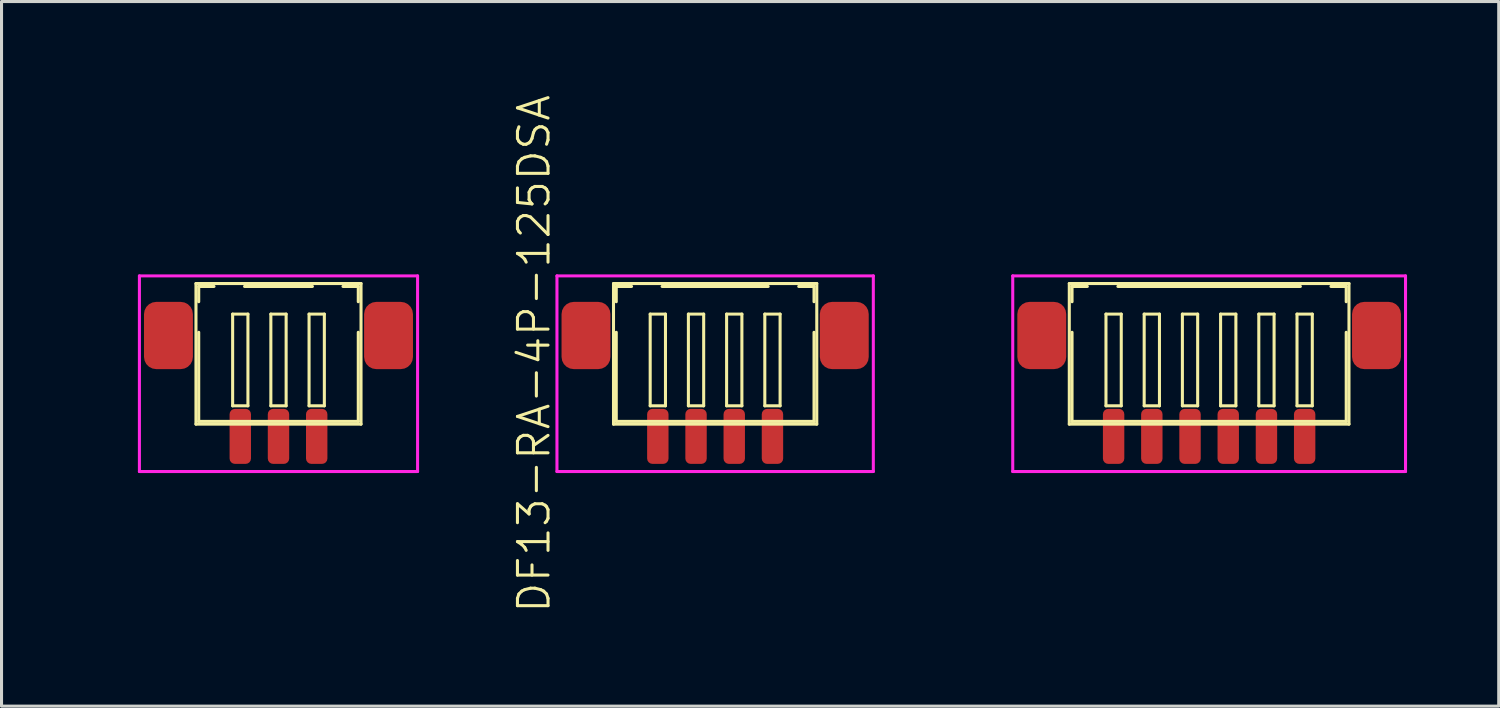
<source format=kicad_pcb>
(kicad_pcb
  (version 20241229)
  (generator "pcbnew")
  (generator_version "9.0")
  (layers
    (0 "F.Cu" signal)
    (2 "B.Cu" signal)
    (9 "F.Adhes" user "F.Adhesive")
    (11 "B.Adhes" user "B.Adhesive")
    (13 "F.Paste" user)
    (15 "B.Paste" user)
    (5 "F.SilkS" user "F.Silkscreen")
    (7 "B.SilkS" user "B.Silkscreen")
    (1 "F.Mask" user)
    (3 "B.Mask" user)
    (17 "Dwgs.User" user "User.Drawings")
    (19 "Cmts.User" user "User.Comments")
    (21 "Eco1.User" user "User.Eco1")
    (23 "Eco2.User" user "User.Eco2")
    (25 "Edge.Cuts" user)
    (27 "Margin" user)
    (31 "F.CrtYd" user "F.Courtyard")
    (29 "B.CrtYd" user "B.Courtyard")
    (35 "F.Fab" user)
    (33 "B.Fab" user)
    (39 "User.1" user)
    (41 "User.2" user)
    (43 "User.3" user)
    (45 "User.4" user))
  (footprint "DF13-RA-3P-125DSA"
    (layer "F.Cu")
    (at 6.061 11.226)
    (property "Reference" "DF13-RA-3P-125DSA" (at -5.3 -2.7 90) (layer "User.1") (effects (font (size 1 1) (thickness 0.1))))
    (attr through_hole)
    (fp_line (start -2.7 -5) (end -2.7 -0.4) (stroke (width 0.1) (type solid)) (layer "F.SilkS"))
    (fp_line (start -2.7 -5) (end 2.7 -5) (stroke (width 0.1) (type solid)) (layer "F.SilkS"))
    (fp_line (start -2.7 -0.4) (end 2.7 -0.4) (stroke (width 0.1) (type solid)) (layer "F.SilkS"))
    (fp_line (start -2.61 -4.905) (end -2.61 -4.405) (stroke (width 0.1) (type solid)) (layer "F.SilkS"))
    (fp_line (start -2.61 -4.905) (end -2.11 -4.905) (stroke (width 0.1) (type solid)) (layer "F.SilkS"))
    (fp_line (start -2.61 -3.405) (end -2.61 -0.49) (stroke (width 0.1) (type solid)) (layer "F.SilkS"))
    (fp_line (start -2.61 -0.49) (end 2.61 -0.49) (stroke (width 0.1) (type solid)) (layer "F.SilkS"))
    (fp_line (start -1.5 -4) (end -1.5 -1) (stroke (width 0.1) (type solid)) (layer "F.SilkS"))
    (fp_line (start -1.5 -1) (end -1 -1) (stroke (width 0.1) (type solid)) (layer "F.SilkS"))
    (fp_line (start -1.11 -4.905) (end 1.11 -4.905) (stroke (width 0.1) (type solid)) (layer "F.SilkS"))
    (fp_line (start -1 -4) (end -1.5 -4) (stroke (width 0.1) (type solid)) (layer "F.SilkS"))
    (fp_line (start -1 -1) (end -1 -4) (stroke (width 0.1) (type solid)) (layer "F.SilkS"))
    (fp_line (start -0.25 -4) (end -0.25 -1) (stroke (width 0.1) (type solid)) (layer "F.SilkS"))
    (fp_line (start -0.25 -1) (end 0.25 -1) (stroke (width 0.1) (type solid)) (layer "F.SilkS"))
    (fp_line (start 0.25 -4) (end -0.25 -4) (stroke (width 0.1) (type solid)) (layer "F.SilkS"))
    (fp_line (start 0.25 -1) (end 0.25 -4) (stroke (width 0.1) (type solid)) (layer "F.SilkS"))
    (fp_line (start 1 -4) (end 1 -1) (stroke (width 0.1) (type solid)) (layer "F.SilkS"))
    (fp_line (start 1 -1) (end 1.5 -1) (stroke (width 0.1) (type solid)) (layer "F.SilkS"))
    (fp_line (start 1.5 -4) (end 1 -4) (stroke (width 0.1) (type solid)) (layer "F.SilkS"))
    (fp_line (start 1.5 -1) (end 1.5 -4) (stroke (width 0.1) (type solid)) (layer "F.SilkS"))
    (fp_line (start 2.11 -4.905) (end 2.61 -4.905) (stroke (width 0.1) (type solid)) (layer "F.SilkS"))
    (fp_line (start 2.61 -4.905) (end 2.61 -4.405) (stroke (width 0.1) (type solid)) (layer "F.SilkS"))
    (fp_line (start 2.61 -3.405) (end 2.61 -0.49) (stroke (width 0.1) (type solid)) (layer "F.SilkS"))
    (fp_line (start 2.7 -5) (end 2.7 -0.4) (stroke (width 0.1) (type solid)) (layer "F.SilkS"))
    (fp_line (start -4.55 -5.25) (end -4.55 1.15) (stroke (width 0.1) (type solid)) (layer "F.CrtYd"))
    (fp_line (start -4.55 1.15) (end 4.55 1.15) (stroke (width 0.1) (type solid)) (layer "F.CrtYd"))
    (fp_line (start 4.55 -5.25) (end -4.55 -5.25) (stroke (width 0.1) (type solid)) (layer "F.CrtYd"))
    (fp_line (start 4.55 1.15) (end 4.55 -5.25) (stroke (width 0.1) (type solid)) (layer "F.CrtYd"))
    (pad "1" smd roundrect (at -1.25 0) (size 0.7 1.8) (layers "F.Cu" "F.Mask" "F.Paste") (roundrect_rratio 0.25))
    (pad "2" smd roundrect (at 0 0) (size 0.7 1.8) (layers "F.Cu" "F.Mask" "F.Paste") (roundrect_rratio 0.25))
    (pad "3" smd roundrect (at 1.25 0) (size 0.7 1.8) (layers "F.Cu" "F.Mask" "F.Paste") (roundrect_rratio 0.25))
    (pad "S" smd roundrect (at -3.6 -3.3) (size 1.6 2.2) (layers "F.Cu" "F.Mask" "F.Paste") (roundrect_rratio 0.25))
    (pad "S" smd roundrect (at 3.6 -3.3) (size 1.6 2.2) (layers "F.Cu" "F.Mask" "F.Paste") (roundrect_rratio 0.25)))
  (footprint "DF13-RA-4P-125DSA"
    (layer "F.Cu")
    (at 20.346 11.226)
    (property "Reference" "DF13-RA-4P-125DSA" (at -5.925 -2.7 90) (layer "F.SilkS") (effects (font (size 1 1) (thickness 0.1))))
    (attr through_hole)
    (fp_line (start -3.325 -5) (end -3.325 -0.4) (stroke (width 0.1) (type solid)) (layer "F.SilkS"))
    (fp_line (start -3.325 -5) (end 3.325 -5) (stroke (width 0.1) (type solid)) (layer "F.SilkS"))
    (fp_line (start -3.325 -0.4) (end 3.325 -0.4) (stroke (width 0.1) (type solid)) (layer "F.SilkS"))
    (fp_line (start -3.235 -4.905) (end -3.235 -4.405) (stroke (width 0.1) (type solid)) (layer "F.SilkS"))
    (fp_line (start -3.235 -4.905) (end -2.735 -4.905) (stroke (width 0.1) (type solid)) (layer "F.SilkS"))
    (fp_line (start -3.235 -3.405) (end -3.235 -0.49) (stroke (width 0.1) (type solid)) (layer "F.SilkS"))
    (fp_line (start -3.235 -0.49) (end 3.235 -0.49) (stroke (width 0.1) (type solid)) (layer "F.SilkS"))
    (fp_line (start -2.125 -4) (end -2.125 -1) (stroke (width 0.1) (type solid)) (layer "F.SilkS"))
    (fp_line (start -2.125 -1) (end -1.625 -1) (stroke (width 0.1) (type solid)) (layer "F.SilkS"))
    (fp_line (start -1.735 -4.905) (end 1.735 -4.905) (stroke (width 0.1) (type solid)) (layer "F.SilkS"))
    (fp_line (start -1.625 -4) (end -2.125 -4) (stroke (width 0.1) (type solid)) (layer "F.SilkS"))
    (fp_line (start -1.625 -1) (end -1.625 -4) (stroke (width 0.1) (type solid)) (layer "F.SilkS"))
    (fp_line (start -0.875 -4) (end -0.875 -1) (stroke (width 0.1) (type solid)) (layer "F.SilkS"))
    (fp_line (start -0.875 -1) (end -0.375 -1) (stroke (width 0.1) (type solid)) (layer "F.SilkS"))
    (fp_line (start -0.375 -4) (end -0.875 -4) (stroke (width 0.1) (type solid)) (layer "F.SilkS"))
    (fp_line (start -0.375 -1) (end -0.375 -4) (stroke (width 0.1) (type solid)) (layer "F.SilkS"))
    (fp_line (start 0.375 -4) (end 0.375 -1) (stroke (width 0.1) (type solid)) (layer "F.SilkS"))
    (fp_line (start 0.375 -1) (end 0.875 -1) (stroke (width 0.1) (type solid)) (layer "F.SilkS"))
    (fp_line (start 0.875 -4) (end 0.375 -4) (stroke (width 0.1) (type solid)) (layer "F.SilkS"))
    (fp_line (start 0.875 -1) (end 0.875 -4) (stroke (width 0.1) (type solid)) (layer "F.SilkS"))
    (fp_line (start 1.625 -4) (end 1.625 -1) (stroke (width 0.1) (type solid)) (layer "F.SilkS"))
    (fp_line (start 1.625 -1) (end 2.125 -1) (stroke (width 0.1) (type solid)) (layer "F.SilkS"))
    (fp_line (start 2.125 -4) (end 1.625 -4) (stroke (width 0.1) (type solid)) (layer "F.SilkS"))
    (fp_line (start 2.125 -1) (end 2.125 -4) (stroke (width 0.1) (type solid)) (layer "F.SilkS"))
    (fp_line (start 2.735 -4.905) (end 3.235 -4.905) (stroke (width 0.1) (type solid)) (layer "F.SilkS"))
    (fp_line (start 3.235 -4.905) (end 3.235 -4.405) (stroke (width 0.1) (type solid)) (layer "F.SilkS"))
    (fp_line (start 3.235 -3.405) (end 3.235 -0.49) (stroke (width 0.1) (type solid)) (layer "F.SilkS"))
    (fp_line (start 3.325 -5) (end 3.325 -0.4) (stroke (width 0.1) (type solid)) (layer "F.SilkS"))
    (fp_line (start -5.175 -5.25) (end -5.175 1.15) (stroke (width 0.1) (type solid)) (layer "F.CrtYd"))
    (fp_line (start -5.175 1.15) (end 5.175 1.15) (stroke (width 0.1) (type solid)) (layer "F.CrtYd"))
    (fp_line (start 5.175 -5.25) (end -5.175 -5.25) (stroke (width 0.1) (type solid)) (layer "F.CrtYd"))
    (fp_line (start 5.175 1.15) (end 5.175 -5.25) (stroke (width 0.1) (type solid)) (layer "F.CrtYd"))
    (pad "1" smd roundrect (at -1.875 0) (size 0.7 1.8) (layers "F.Cu" "F.Mask" "F.Paste") (roundrect_rratio 0.25))
    (pad "2" smd roundrect (at -0.625 0) (size 0.7 1.8) (layers "F.Cu" "F.Mask" "F.Paste") (roundrect_rratio 0.25))
    (pad "3" smd roundrect (at 0.625 0) (size 0.7 1.8) (layers "F.Cu" "F.Mask" "F.Paste") (roundrect_rratio 0.25))
    (pad "4" smd roundrect (at 1.875 0) (size 0.7 1.8) (layers "F.Cu" "F.Mask" "F.Paste") (roundrect_rratio 0.25))
    (pad "S" smd roundrect (at -4.225 -3.3) (size 1.6 2.2) (layers "F.Cu" "F.Mask" "F.Paste") (roundrect_rratio 0.25))
    (pad "S" smd roundrect (at 4.225 -3.3) (size 1.6 2.2) (layers "F.Cu" "F.Mask" "F.Paste") (roundrect_rratio 0.25)))
  (footprint "DF13-RA-6P-125DSA"
    (layer "F.Cu")
    (at 36.507 11.226)
    (property "Reference" "DF13-RA-6P-125DSA" (at -7.175 -2.7 90) (layer "User.1") (effects (font (size 1 1) (thickness 0.1))))
    (attr through_hole)
    (fp_line (start -4.575 -5) (end -4.575 -0.4) (stroke (width 0.1) (type solid)) (layer "F.SilkS"))
    (fp_line (start -4.575 -5) (end 4.575 -5) (stroke (width 0.1) (type solid)) (layer "F.SilkS"))
    (fp_line (start -4.575 -0.4) (end 4.575 -0.4) (stroke (width 0.1) (type solid)) (layer "F.SilkS"))
    (fp_line (start -4.485 -4.905) (end -4.485 -4.405) (stroke (width 0.1) (type solid)) (layer "F.SilkS"))
    (fp_line (start -4.485 -4.905) (end -3.985 -4.905) (stroke (width 0.1) (type solid)) (layer "F.SilkS"))
    (fp_line (start -4.485 -3.405) (end -4.485 -0.49) (stroke (width 0.1) (type solid)) (layer "F.SilkS"))
    (fp_line (start -4.485 -0.49) (end 4.485 -0.49) (stroke (width 0.1) (type solid)) (layer "F.SilkS"))
    (fp_line (start -3.375 -4) (end -3.375 -1) (stroke (width 0.1) (type solid)) (layer "F.SilkS"))
    (fp_line (start -3.375 -1) (end -2.875 -1) (stroke (width 0.1) (type solid)) (layer "F.SilkS"))
    (fp_line (start -2.985 -4.905) (end 2.985 -4.905) (stroke (width 0.1) (type solid)) (layer "F.SilkS"))
    (fp_line (start -2.875 -4) (end -3.375 -4) (stroke (width 0.1) (type solid)) (layer "F.SilkS"))
    (fp_line (start -2.875 -1) (end -2.875 -4) (stroke (width 0.1) (type solid)) (layer "F.SilkS"))
    (fp_line (start -2.125 -4) (end -2.125 -1) (stroke (width 0.1) (type solid)) (layer "F.SilkS"))
    (fp_line (start -2.125 -1) (end -1.625 -1) (stroke (width 0.1) (type solid)) (layer "F.SilkS"))
    (fp_line (start -1.625 -4) (end -2.125 -4) (stroke (width 0.1) (type solid)) (layer "F.SilkS"))
    (fp_line (start -1.625 -1) (end -1.625 -4) (stroke (width 0.1) (type solid)) (layer "F.SilkS"))
    (fp_line (start -0.875 -4) (end -0.875 -1) (stroke (width 0.1) (type solid)) (layer "F.SilkS"))
    (fp_line (start -0.875 -1) (end -0.375 -1) (stroke (width 0.1) (type solid)) (layer "F.SilkS"))
    (fp_line (start -0.375 -4) (end -0.875 -4) (stroke (width 0.1) (type solid)) (layer "F.SilkS"))
    (fp_line (start -0.375 -1) (end -0.375 -4) (stroke (width 0.1) (type solid)) (layer "F.SilkS"))
    (fp_line (start 0.375 -4) (end 0.375 -1) (stroke (width 0.1) (type solid)) (layer "F.SilkS"))
    (fp_line (start 0.375 -1) (end 0.875 -1) (stroke (width 0.1) (type solid)) (layer "F.SilkS"))
    (fp_line (start 0.875 -4) (end 0.375 -4) (stroke (width 0.1) (type solid)) (layer "F.SilkS"))
    (fp_line (start 0.875 -1) (end 0.875 -4) (stroke (width 0.1) (type solid)) (layer "F.SilkS"))
    (fp_line (start 1.625 -4) (end 1.625 -1) (stroke (width 0.1) (type solid)) (layer "F.SilkS"))
    (fp_line (start 1.625 -1) (end 2.125 -1) (stroke (width 0.1) (type solid)) (layer "F.SilkS"))
    (fp_line (start 2.125 -4) (end 1.625 -4) (stroke (width 0.1) (type solid)) (layer "F.SilkS"))
    (fp_line (start 2.125 -1) (end 2.125 -4) (stroke (width 0.1) (type solid)) (layer "F.SilkS"))
    (fp_line (start 2.875 -4) (end 2.875 -1) (stroke (width 0.1) (type solid)) (layer "F.SilkS"))
    (fp_line (start 2.875 -1) (end 3.375 -1) (stroke (width 0.1) (type solid)) (layer "F.SilkS"))
    (fp_line (start 3.375 -4) (end 2.875 -4) (stroke (width 0.1) (type solid)) (layer "F.SilkS"))
    (fp_line (start 3.375 -1) (end 3.375 -4) (stroke (width 0.1) (type solid)) (layer "F.SilkS"))
    (fp_line (start 3.985 -4.905) (end 4.485 -4.905) (stroke (width 0.1) (type solid)) (layer "F.SilkS"))
    (fp_line (start 4.485 -4.905) (end 4.485 -4.405) (stroke (width 0.1) (type solid)) (layer "F.SilkS"))
    (fp_line (start 4.485 -3.405) (end 4.485 -0.49) (stroke (width 0.1) (type solid)) (layer "F.SilkS"))
    (fp_line (start 4.575 -5) (end 4.575 -0.4) (stroke (width 0.1) (type solid)) (layer "F.SilkS"))
    (fp_line (start -6.425 -5.25) (end -6.425 1.15) (stroke (width 0.1) (type solid)) (layer "F.CrtYd"))
    (fp_line (start -6.425 1.15) (end 6.425 1.15) (stroke (width 0.1) (type solid)) (layer "F.CrtYd"))
    (fp_line (start 6.425 -5.25) (end -6.425 -5.25) (stroke (width 0.1) (type solid)) (layer "F.CrtYd"))
    (fp_line (start 6.425 1.15) (end 6.425 -5.25) (stroke (width 0.1) (type solid)) (layer "F.CrtYd"))
    (pad "1" smd roundrect (at -3.125 0) (size 0.7 1.8) (layers "F.Cu" "F.Mask" "F.Paste") (roundrect_rratio 0.25))
    (pad "2" smd roundrect (at -1.875 0) (size 0.7 1.8) (layers "F.Cu" "F.Mask" "F.Paste") (roundrect_rratio 0.25))
    (pad "3" smd roundrect (at -0.625 0) (size 0.7 1.8) (layers "F.Cu" "F.Mask" "F.Paste") (roundrect_rratio 0.25))
    (pad "4" smd roundrect (at 0.625 0) (size 0.7 1.8) (layers "F.Cu" "F.Mask" "F.Paste") (roundrect_rratio 0.25))
    (pad "5" smd roundrect (at 1.875 0) (size 0.7 1.8) (layers "F.Cu" "F.Mask" "F.Paste") (roundrect_rratio 0.25))
    (pad "6" smd roundrect (at 3.125 0) (size 0.7 1.8) (layers "F.Cu" "F.Mask" "F.Paste") (roundrect_rratio 0.25))
    (pad "S" smd roundrect (at -5.475 -3.3) (size 1.6 2.2) (layers "F.Cu" "F.Mask" "F.Paste") (roundrect_rratio 0.25))
    (pad "S" smd roundrect (at 5.475 -3.3) (size 1.6 2.2) (layers "F.Cu" "F.Mask" "F.Paste") (roundrect_rratio 0.25)))
  (gr_rect
    (start -3 -3)
    (end 45.981 20.052)
    (stroke (width 0.1) (type default))
    (fill no)
    (layer "Edge.Cuts")))
</source>
